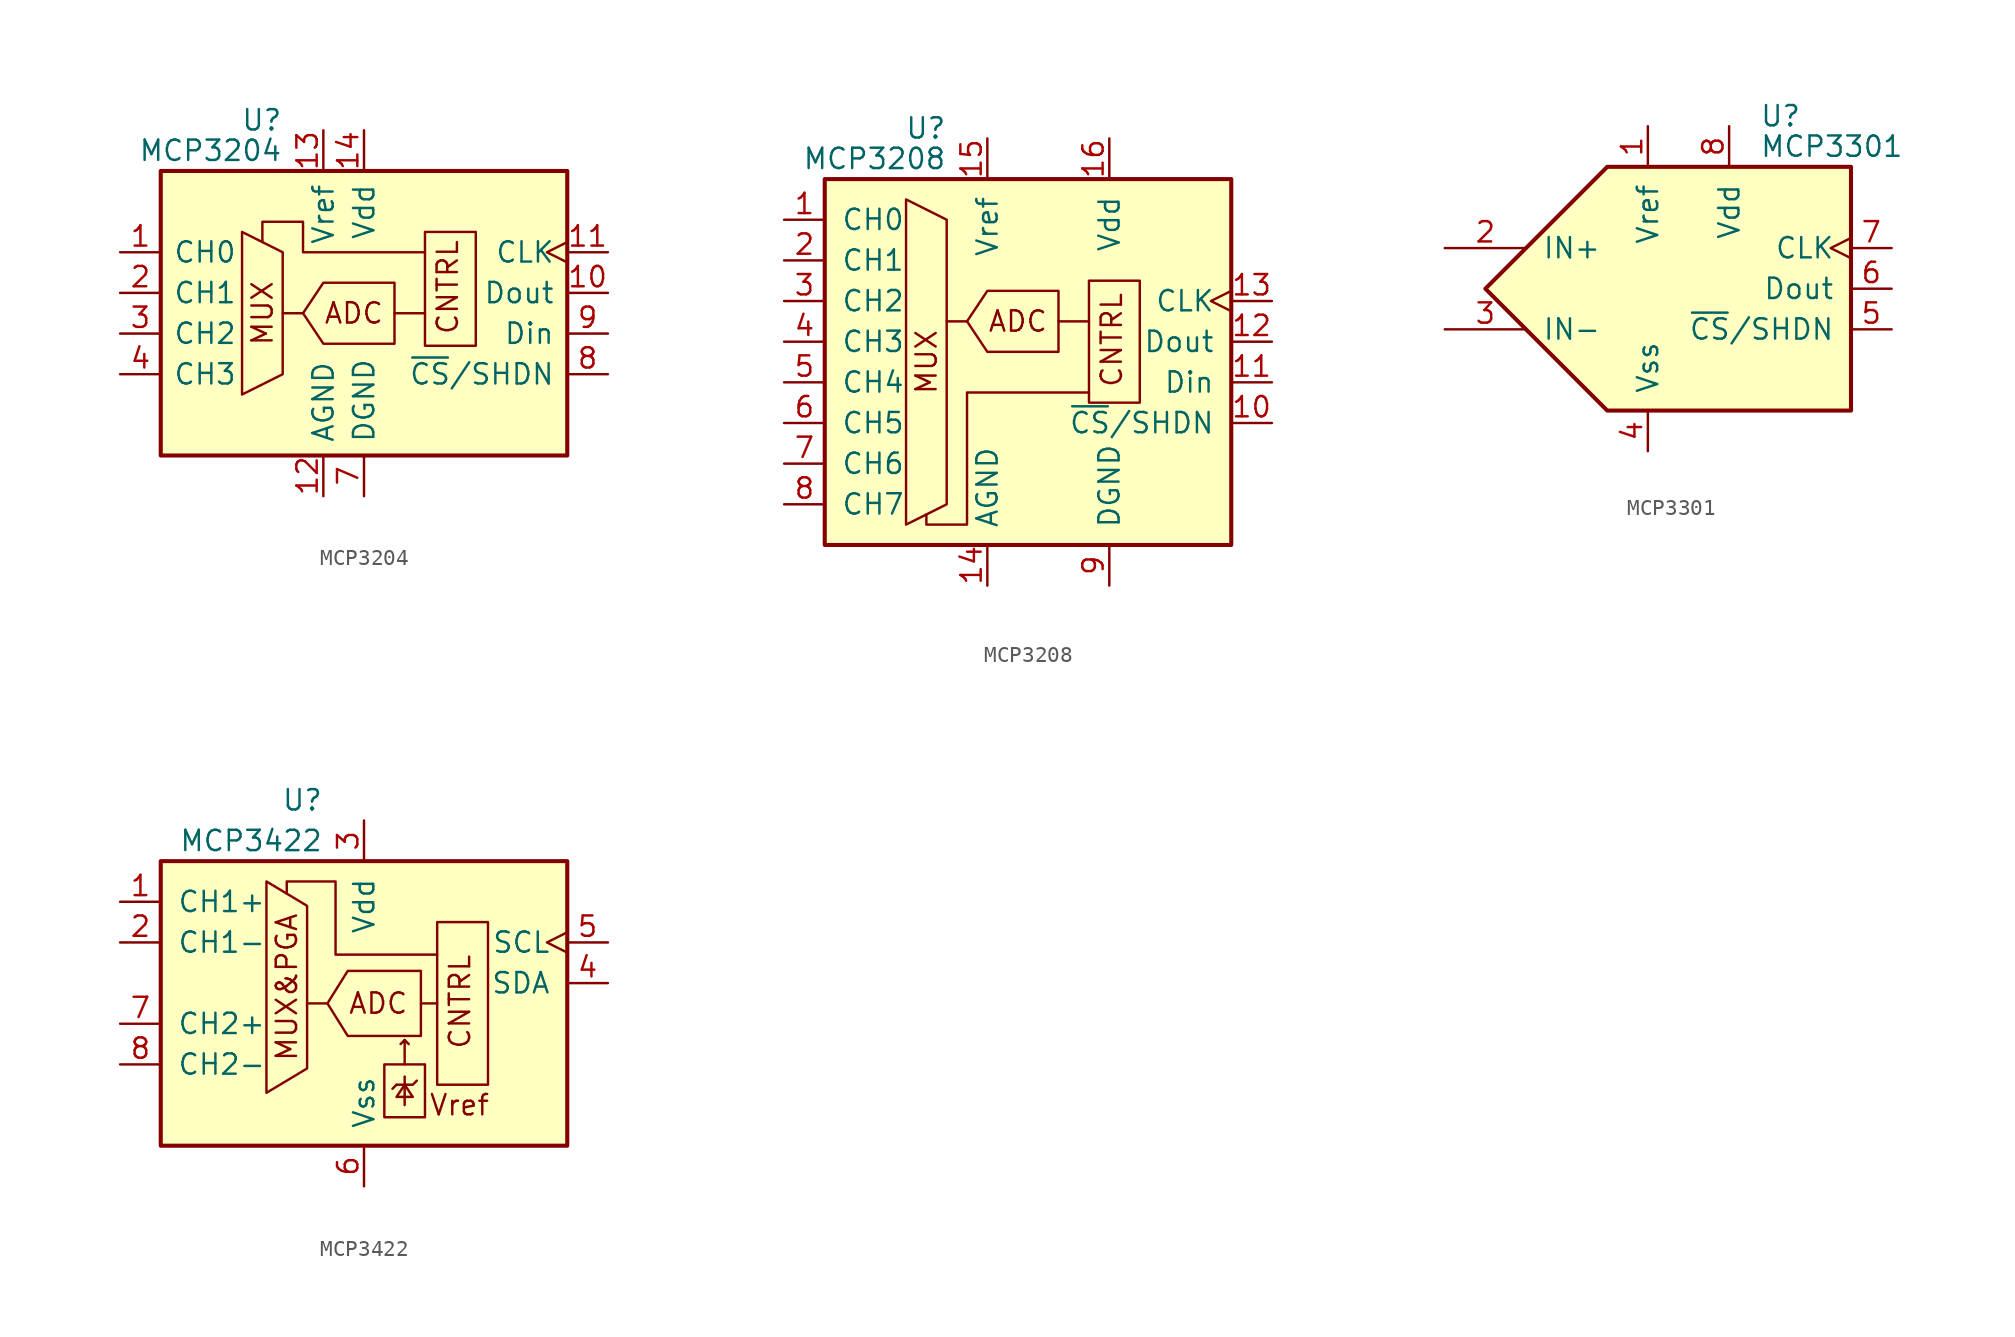
<source format=kicad_sym>
(kicad_symbol_lib
  (version 20201005)
  (generator kicad_symbol_editor)
  (symbol "Analog_ADC:MCP3204"
    (pin_names
      (offset 0.762))
    (property "Reference" "U"
      (at -5.08 10.795 0)
      (effects (font (size 1.27 1.27)) (justify right)))
    (property "Value" "MCP3204"
      (at -5.08 8.89 0)
      (effects (font (size 1.27 1.27)) (justify right)))
    (symbol "MCP3204_0_0"
      (text "ADC" (at -0.635 -1.27 0) (effects (font (size 1.27 1.27))))
      (text "CNTRL" (at 5.969 -2.667 900) (effects (font (size 1.27 1.27)) (justify left bottom)))
      (text "MUX" (at -6.35 -1.27 900) (effects (font (size 1.27 1.27)))))
    (symbol "MCP3204_0_1"
      (rectangle (start 3.81 -3.302) (end 6.985 3.81) (stroke (width 0)) (fill (type none)))
      (rectangle (start 12.7 7.62) (end -12.7 -10.16) (stroke (width 0.254)) (fill (type background)))
      (polyline (pts (xy -5.08 -1.27) (xy -3.81 -1.27)) (stroke (width 0)) (fill (type none)))
      (polyline (pts (xy 1.905 -1.27) (xy 3.81 -1.27)) (stroke (width 0)) (fill (type none)))
      (polyline (pts (xy -7.62 3.81) (xy -7.62 -6.35) (xy -5.08 -5.08) (xy -5.08 2.54) (xy -7.62 3.81)) (stroke (width 0)) (fill (type none)))
      (polyline (pts (xy 3.81 2.54) (xy -3.81 2.54) (xy -3.81 4.445) (xy -6.35 4.445) (xy -6.35 3.175)) (stroke (width 0)) (fill (type none)))
      (polyline (pts (xy -3.81 -1.27) (xy -2.54 0.635) (xy 1.905 0.635) (xy 1.905 -3.175) (xy -2.54 -3.175) (xy -3.81 -1.27)) (stroke (width 0)) (fill (type none))))
    (symbol "MCP3204_1_1"
      (pin input line (at -15.24 2.54 0) (length 2.54) (name "CH0" (effects (font (size 1.27 1.27)))) (number "1" (effects (font (size 1.27 1.27)))))
      (pin output line (at 15.24 0 180) (length 2.54) (name "Dout" (effects (font (size 1.27 1.27)))) (number "10" (effects (font (size 1.27 1.27)))))
      (pin input clock (at 15.24 2.54 180) (length 2.54) (name "CLK" (effects (font (size 1.27 1.27)))) (number "11" (effects (font (size 1.27 1.27)))))
      (pin power_in line (at -2.54 -12.7 90) (length 2.54) (name "AGND" (effects (font (size 1.27 1.27)))) (number "12" (effects (font (size 1.27 1.27)))))
      (pin power_in line (at -2.54 10.16 270) (length 2.54) (name "Vref" (effects (font (size 1.27 1.27)))) (number "13" (effects (font (size 1.27 1.27)))))
      (pin power_in line (at 0 10.16 270) (length 2.54) (name "Vdd" (effects (font (size 1.27 1.27)))) (number "14" (effects (font (size 1.27 1.27)))))
      (pin input line (at -15.24 0 0) (length 2.54) (name "CH1" (effects (font (size 1.27 1.27)))) (number "2" (effects (font (size 1.27 1.27)))))
      (pin input line (at -15.24 -2.54 0) (length 2.54) (name "CH2" (effects (font (size 1.27 1.27)))) (number "3" (effects (font (size 1.27 1.27)))))
      (pin input line (at -15.24 -5.08 0) (length 2.54) (name "CH3" (effects (font (size 1.27 1.27)))) (number "4" (effects (font (size 1.27 1.27)))))
      (pin no_connect line (at -10.16 -12.7 90) (length 2.54) hide (name "NC" (effects (font (size 1.27 1.27)))) (number "5" (effects (font (size 1.27 1.27)))))
      (pin no_connect line (at -7.62 -12.7 90) (length 2.54) hide (name "NC" (effects (font (size 1.27 1.27)))) (number "6" (effects (font (size 1.27 1.27)))))
      (pin power_in line (at 0 -12.7 90) (length 2.54) (name "DGND" (effects (font (size 1.27 1.27)))) (number "7" (effects (font (size 1.27 1.27)))))
      (pin input line (at 15.24 -5.08 180) (length 2.54) (name "~CS~/SHDN" (effects (font (size 1.27 1.27)))) (number "8" (effects (font (size 1.27 1.27)))))
      (pin input line (at 15.24 -2.54 180) (length 2.54) (name "Din" (effects (font (size 1.27 1.27)))) (number "9" (effects (font (size 1.27 1.27)))))))
  (symbol "Analog_ADC:MCP3208"
    (pin_names
      (offset 1.016))
    (property "Reference" "U"
      (at -5.08 13.335 0)
      (effects (font (size 1.27 1.27)) (justify right)))
    (property "Value" "MCP3208"
      (at -5.08 11.43 0)
      (effects (font (size 1.27 1.27)) (justify right)))
    (symbol "MCP3208_0_0"
      (text "ADC" (at -0.635 1.27 0) (effects (font (size 1.27 1.27))))
      (text "CNTRL" (at 5.969 -2.921 900) (effects (font (size 1.27 1.27)) (justify left bottom)))
      (text "MUX" (at -6.35 -1.27 900) (effects (font (size 1.27 1.27)))))
    (symbol "MCP3208_0_1"
      (rectangle (start 3.81 -3.81) (end 6.985 3.81) (stroke (width 0)) (fill (type none)))
      (rectangle (start 12.7 -12.7) (end -12.7 10.16) (stroke (width 0.254)) (fill (type background)))
      (polyline (pts (xy -3.81 1.27) (xy -5.08 1.27)) (stroke (width 0)) (fill (type none)))
      (polyline (pts (xy 1.905 1.27) (xy 3.81 1.27)) (stroke (width 0)) (fill (type none)))
      (polyline (pts (xy -7.62 8.89) (xy -7.62 -11.43) (xy -5.08 -10.16) (xy -5.08 7.62) (xy -7.62 8.89)) (stroke (width 0)) (fill (type none)))
      (polyline (pts (xy 3.81 -3.175) (xy -3.81 -3.175) (xy -3.81 -11.43) (xy -6.35 -11.43) (xy -6.35 -10.795)) (stroke (width 0)) (fill (type none)))
      (polyline (pts (xy 1.905 3.175) (xy 1.905 -0.635) (xy -2.54 -0.635) (xy -3.81 1.27) (xy -2.54 3.175) (xy 1.905 3.175)) (stroke (width 0)) (fill (type none))))
    (symbol "MCP3208_1_1"
      (pin input line (at -15.24 7.62 0) (length 2.54) (name "CH0" (effects (font (size 1.27 1.27)))) (number "1" (effects (font (size 1.27 1.27)))))
      (pin input line (at 15.24 -5.08 180) (length 2.54) (name "~CS~/SHDN" (effects (font (size 1.27 1.27)))) (number "10" (effects (font (size 1.27 1.27)))))
      (pin input line (at 15.24 -2.54 180) (length 2.54) (name "Din" (effects (font (size 1.27 1.27)))) (number "11" (effects (font (size 1.27 1.27)))))
      (pin output line (at 15.24 0 180) (length 2.54) (name "Dout" (effects (font (size 1.27 1.27)))) (number "12" (effects (font (size 1.27 1.27)))))
      (pin input clock (at 15.24 2.54 180) (length 2.54) (name "CLK" (effects (font (size 1.27 1.27)))) (number "13" (effects (font (size 1.27 1.27)))))
      (pin power_in line (at -2.54 -15.24 90) (length 2.54) (name "AGND" (effects (font (size 1.27 1.27)))) (number "14" (effects (font (size 1.27 1.27)))))
      (pin power_in line (at -2.54 12.7 270) (length 2.54) (name "Vref" (effects (font (size 1.27 1.27)))) (number "15" (effects (font (size 1.27 1.27)))))
      (pin power_in line (at 5.08 12.7 270) (length 2.54) (name "Vdd" (effects (font (size 1.27 1.27)))) (number "16" (effects (font (size 1.27 1.27)))))
      (pin input line (at -15.24 5.08 0) (length 2.54) (name "CH1" (effects (font (size 1.27 1.27)))) (number "2" (effects (font (size 1.27 1.27)))))
      (pin input line (at -15.24 2.54 0) (length 2.54) (name "CH2" (effects (font (size 1.27 1.27)))) (number "3" (effects (font (size 1.27 1.27)))))
      (pin input line (at -15.24 0 0) (length 2.54) (name "CH3" (effects (font (size 1.27 1.27)))) (number "4" (effects (font (size 1.27 1.27)))))
      (pin input line (at -15.24 -2.54 0) (length 2.54) (name "CH4" (effects (font (size 1.27 1.27)))) (number "5" (effects (font (size 1.27 1.27)))))
      (pin input line (at -15.24 -5.08 0) (length 2.54) (name "CH5" (effects (font (size 1.27 1.27)))) (number "6" (effects (font (size 1.27 1.27)))))
      (pin input line (at -15.24 -7.62 0) (length 2.54) (name "CH6" (effects (font (size 1.27 1.27)))) (number "7" (effects (font (size 1.27 1.27)))))
      (pin input line (at -15.24 -10.16 0) (length 2.54) (name "CH7" (effects (font (size 1.27 1.27)))) (number "8" (effects (font (size 1.27 1.27)))))
      (pin power_in line (at 5.08 -15.24 90) (length 2.54) (name "DGND" (effects (font (size 1.27 1.27)))) (number "9" (effects (font (size 1.27 1.27)))))))
  (symbol "Analog_ADC:MCP3301"
    (pin_names
      (offset 1.016))
    (property "Reference" "U"
      (at 4.445 10.795 0)
      (effects (font (size 1.27 1.27)) (justify left)))
    (property "Value" "MCP3301"
      (at 4.445 8.89 0)
      (effects (font (size 1.27 1.27)) (justify left)))
    (symbol "MCP3301_0_0"
      (polyline (pts (xy -12.7 0) (xy -5.08 7.62) (xy 10.16 7.62) (xy 10.16 -7.62) (xy -5.08 -7.62) (xy -12.7 0)) (stroke (width 0.254)) (fill (type background))))
    (symbol "MCP3301_1_1"
      (pin power_in line (at -2.54 10.16 270) (length 2.54) (name "Vref" (effects (font (size 1.27 1.27)))) (number "1" (effects (font (size 1.27 1.27)))))
      (pin input line (at -15.24 2.54 0) (length 5.08) (name "IN+" (effects (font (size 1.27 1.27)))) (number "2" (effects (font (size 1.27 1.27)))))
      (pin input line (at -15.24 -2.54 0) (length 5.08) (name "IN-" (effects (font (size 1.27 1.27)))) (number "3" (effects (font (size 1.27 1.27)))))
      (pin power_in line (at -2.54 -10.16 90) (length 2.54) (name "Vss" (effects (font (size 1.27 1.27)))) (number "4" (effects (font (size 1.27 1.27)))))
      (pin input line (at 12.7 -2.54 180) (length 2.54) (name "~CS~/SHDN" (effects (font (size 1.27 1.27)))) (number "5" (effects (font (size 1.27 1.27)))))
      (pin output line (at 12.7 0 180) (length 2.54) (name "Dout" (effects (font (size 1.27 1.27)))) (number "6" (effects (font (size 1.27 1.27)))))
      (pin input clock (at 12.7 2.54 180) (length 2.54) (name "CLK" (effects (font (size 1.27 1.27)))) (number "7" (effects (font (size 1.27 1.27)))))
      (pin power_in line (at 2.54 10.16 270) (length 2.54) (name "Vdd" (effects (font (size 1.27 1.27)))) (number "8" (effects (font (size 1.27 1.27)))))))
  (symbol "Analog_ADC:MCP3422"
    (pin_names
      (offset 1.016))
    (property "Reference" "U"
      (at -2.54 11.43 0)
      (effects (font (size 1.27 1.27)) (justify right)))
    (property "Value" "MCP3422"
      (at -2.54 8.89 0)
      (effects (font (size 1.27 1.27)) (justify right)))
    (symbol "MCP3422_0_0"
      (text "ADC" (at 0.889 -1.27 0) (effects (font (size 1.27 1.27))))
      (text "CNTRL" (at 6.731 -4.191 900) (effects (font (size 1.27 1.27)) (justify left bottom)))
      (text "MUX&PGA" (at -4.826 -0.254 900) (effects (font (size 1.27 1.27))))
      (text "Vref" (at 5.969 -7.62 0) (effects (font (size 1.27 1.27))))
      (polyline (pts (xy -6.096 6.35) (xy -3.556 4.826) (xy -3.556 -5.334) (xy -6.096 -6.858) (xy -6.096 6.35)) (stroke (width 0)) (fill (type none)))
      (polyline (pts (xy 4.572 1.778) (xy -1.778 1.778) (xy -1.778 6.35) (xy -4.826 6.35) (xy -4.826 5.588)) (stroke (width 0)) (fill (type none)))
      (polyline (pts (xy 3.556 0.762) (xy 3.556 -3.302) (xy -1.016 -3.302) (xy -2.286 -1.27) (xy -1.016 0.762) (xy 3.556 0.762)) (stroke (width 0)) (fill (type none))))
    (symbol "MCP3422_0_1"
      (rectangle (start 1.27 -5.08) (end 3.81 -8.382) (stroke (width 0)) (fill (type none)))
      (rectangle (start 4.572 -6.35) (end 7.747 3.81) (stroke (width 0)) (fill (type none)))
      (rectangle (start 12.7 7.62) (end -12.7 -10.16) (stroke (width 0.254)) (fill (type background)))
      (polyline (pts (xy -3.556 -1.27) (xy -2.286 -1.27)) (stroke (width 0)) (fill (type none)))
      (polyline (pts (xy 2.032 -6.35) (xy 1.778 -6.604)) (stroke (width 0)) (fill (type none)))
      (polyline (pts (xy 2.54 -5.842) (xy 2.54 -7.62)) (stroke (width 0)) (fill (type none)))
      (polyline (pts (xy 2.54 -3.556) (xy 2.794 -3.81)) (stroke (width 0)) (fill (type none)))
      (polyline (pts (xy 3.556 -1.27) (xy 4.572 -1.27)) (stroke (width 0)) (fill (type none)))
      (polyline (pts (xy 2.032 -6.35) (xy 3.048 -6.35) (xy 3.302 -6.096)) (stroke (width 0)) (fill (type none)))
      (polyline (pts (xy 2.54 -5.08) (xy 2.54 -3.556) (xy 2.286 -3.81)) (stroke (width 0)) (fill (type none)))
      (polyline (pts (xy 2.54 -6.35) (xy 2.032 -7.112) (xy 3.048 -7.112) (xy 2.54 -6.35)) (stroke (width 0)) (fill (type none))))
    (symbol "MCP3422_1_1"
      (pin input line (at -15.24 5.08 0) (length 2.54) (name "CH1+" (effects (font (size 1.27 1.27)))) (number "1" (effects (font (size 1.27 1.27)))))
      (pin input line (at -15.24 2.54 0) (length 2.54) (name "CH1-" (effects (font (size 1.27 1.27)))) (number "2" (effects (font (size 1.27 1.27)))))
      (pin power_in line (at 0 10.16 270) (length 2.54) (name "Vdd" (effects (font (size 1.27 1.27)))) (number "3" (effects (font (size 1.27 1.27)))))
      (pin bidirectional line (at 15.24 0 180) (length 2.54) (name "SDA" (effects (font (size 1.27 1.27)))) (number "4" (effects (font (size 1.27 1.27)))))
      (pin input clock (at 15.24 2.54 180) (length 2.54) (name "SCL" (effects (font (size 1.27 1.27)))) (number "5" (effects (font (size 1.27 1.27)))))
      (pin power_in line (at 0 -12.7 90) (length 2.54) (name "Vss" (effects (font (size 1.27 1.27)))) (number "6" (effects (font (size 1.27 1.27)))))
      (pin input line (at -15.24 -2.54 0) (length 2.54) (name "CH2+" (effects (font (size 1.27 1.27)))) (number "7" (effects (font (size 1.27 1.27)))))
      (pin input line (at -15.24 -5.08 0) (length 2.54) (name "CH2-" (effects (font (size 1.27 1.27)))) (number "8" (effects (font (size 1.27 1.27))))))))
</source>
